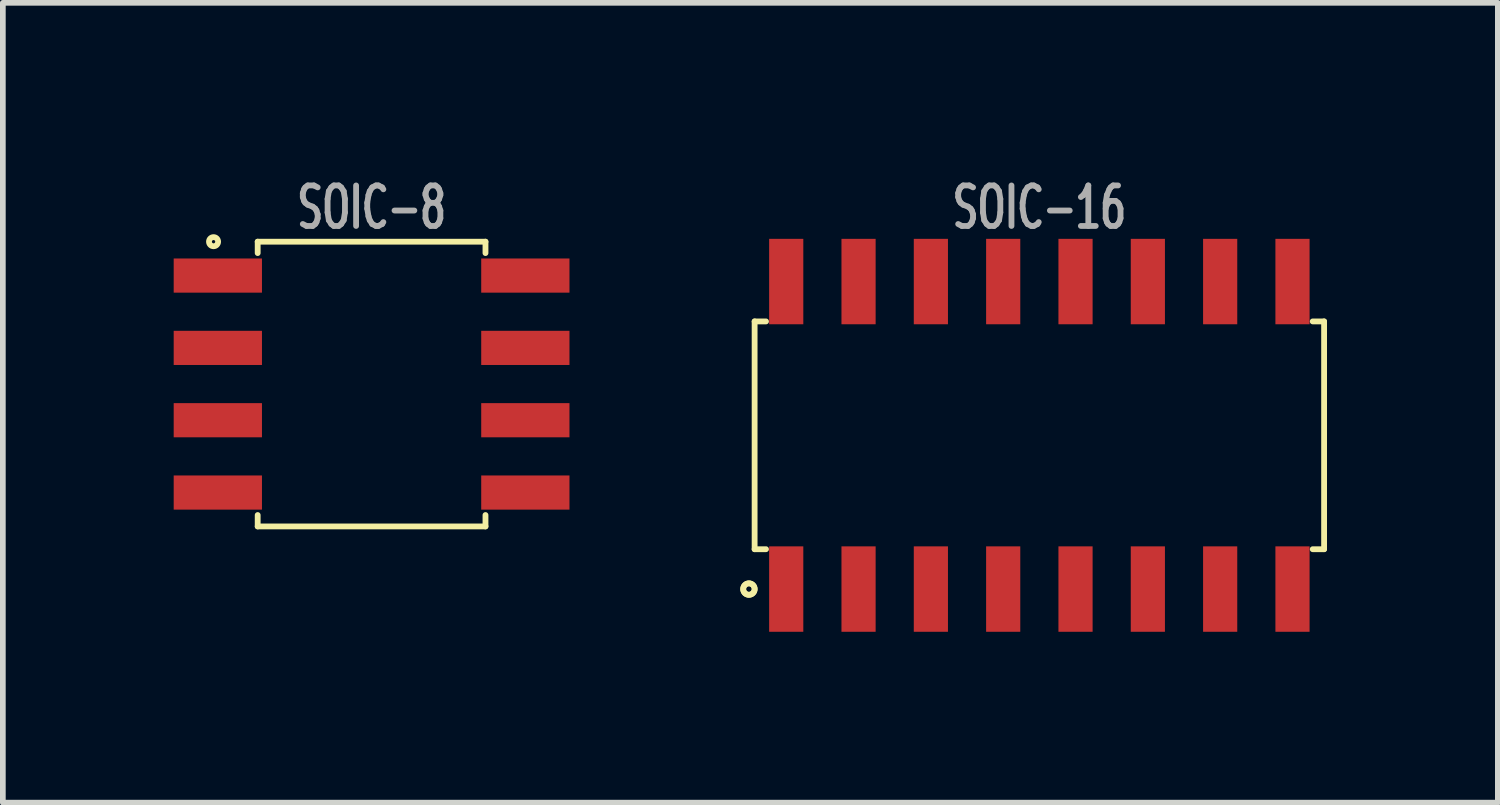
<source format=kicad_pcb>
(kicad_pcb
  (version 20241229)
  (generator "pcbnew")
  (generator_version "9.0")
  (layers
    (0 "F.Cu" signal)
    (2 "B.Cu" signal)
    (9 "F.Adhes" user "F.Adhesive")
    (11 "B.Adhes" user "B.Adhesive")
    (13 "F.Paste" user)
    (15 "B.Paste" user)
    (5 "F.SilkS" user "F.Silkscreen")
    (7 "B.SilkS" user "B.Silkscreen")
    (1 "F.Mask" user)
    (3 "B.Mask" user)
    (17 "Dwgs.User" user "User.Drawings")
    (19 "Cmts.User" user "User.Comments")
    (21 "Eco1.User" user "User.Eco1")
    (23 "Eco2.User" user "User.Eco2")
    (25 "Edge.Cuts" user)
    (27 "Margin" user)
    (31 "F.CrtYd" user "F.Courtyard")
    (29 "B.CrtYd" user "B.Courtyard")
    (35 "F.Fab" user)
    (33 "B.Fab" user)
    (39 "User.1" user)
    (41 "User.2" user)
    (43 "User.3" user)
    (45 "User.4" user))
  (footprint "SOIC-8"
    (layer "F.Cu")
    (at 3.475 3.694)
    (property "Reference" "SOIC-8" (at 0 -3.1 0) (layer "F.Fab") (effects (font (size 0.711 0.457) (thickness 0.102))))
    (attr through_hole)
    (fp_line (start -2 -2.5) (end -2 -2.3) (stroke (width 0.102) (type solid)) (layer "F.SilkS"))
    (fp_line (start -2 2.5) (end -2 2.3) (stroke (width 0.102) (type solid)) (layer "F.SilkS"))
    (fp_line (start -2 2.5) (end 2 2.5) (stroke (width 0.102) (type solid)) (layer "F.SilkS"))
    (fp_line (start 2 -2.5) (end -2 -2.5) (stroke (width 0.102) (type solid)) (layer "F.SilkS"))
    (fp_line (start 2 -2.5) (end 2 -2.3) (stroke (width 0.102) (type solid)) (layer "F.SilkS"))
    (fp_line (start 2 2.5) (end 2 2.3) (stroke (width 0.102) (type solid)) (layer "F.SilkS"))
    (fp_circle (center -2.775 -2.5) (end -2.8 -2.424) (stroke (width 0.102) (type solid)) (fill no) (layer "F.SilkS"))
    (pad "1" smd rect (at -2.7 -1.905 270) (size 0.6 1.55) (layers "F.Cu" "F.Mask" "F.Paste"))
    (pad "2" smd rect (at -2.7 -0.635 270) (size 0.6 1.55) (layers "F.Cu" "F.Mask" "F.Paste"))
    (pad "3" smd rect (at -2.7 0.635 270) (size 0.6 1.55) (layers "F.Cu" "F.Mask" "F.Paste"))
    (pad "4" smd rect (at -2.7 1.905 270) (size 0.6 1.55) (layers "F.Cu" "F.Mask" "F.Paste"))
    (pad "5" smd rect (at 2.7 1.905 270) (size 0.6 1.55) (layers "F.Cu" "F.Mask" "F.Paste"))
    (pad "6" smd rect (at 2.7 0.635 270) (size 0.6 1.55) (layers "F.Cu" "F.Mask" "F.Paste"))
    (pad "7" smd rect (at 2.7 -0.635 270) (size 0.6 1.55) (layers "F.Cu" "F.Mask" "F.Paste"))
    (pad "8" smd rect (at 2.7 -1.905 270) (size 0.6 1.55) (layers "F.Cu" "F.Mask" "F.Paste")))
  (footprint "SOIC-16"
    (layer "F.Cu")
    (at 15.201 4.594)
    (property "Reference" "SOIC-16" (at 0 -4 0) (layer "F.Fab") (effects (font (size 0.711 0.457) (thickness 0.102))))
    (attr through_hole)
    (fp_line (start -5 -2) (end -4.8 -2) (stroke (width 0.102) (type solid)) (layer "F.SilkS"))
    (fp_line (start -5 2) (end -5 -2) (stroke (width 0.102) (type solid)) (layer "F.SilkS"))
    (fp_line (start -5 2) (end -4.8 2) (stroke (width 0.102) (type solid)) (layer "F.SilkS"))
    (fp_line (start 5 -2) (end 4.8 -2) (stroke (width 0.102) (type solid)) (layer "F.SilkS"))
    (fp_line (start 5 -2) (end 5 2) (stroke (width 0.102) (type solid)) (layer "F.SilkS"))
    (fp_line (start 5 2) (end 4.8 2) (stroke (width 0.102) (type solid)) (layer "F.SilkS"))
    (fp_circle (center -5.1 2.7) (end -5.05 2.7) (stroke (width 0.102) (type solid)) (fill no) (layer "F.SilkS"))
    (fp_circle (center -5.1 2.7) (end -5 2.7) (stroke (width 0.102) (type solid)) (fill no) (layer "F.SilkS"))
    (pad "1" smd rect (at -4.445 2.7) (size 0.6 1.5) (layers "F.Cu" "F.Mask" "F.Paste"))
    (pad "2" smd rect (at -3.175 2.7) (size 0.6 1.5) (layers "F.Cu" "F.Mask" "F.Paste"))
    (pad "3" smd rect (at -1.905 2.7) (size 0.6 1.5) (layers "F.Cu" "F.Mask" "F.Paste"))
    (pad "4" smd rect (at -0.635 2.7) (size 0.6 1.5) (layers "F.Cu" "F.Mask" "F.Paste"))
    (pad "5" smd rect (at 0.635 2.7) (size 0.6 1.5) (layers "F.Cu" "F.Mask" "F.Paste"))
    (pad "6" smd rect (at 1.905 2.7) (size 0.6 1.5) (layers "F.Cu" "F.Mask" "F.Paste"))
    (pad "7" smd rect (at 3.175 2.7) (size 0.6 1.5) (layers "F.Cu" "F.Mask" "F.Paste"))
    (pad "8" smd rect (at 4.445 2.7) (size 0.6 1.5) (layers "F.Cu" "F.Mask" "F.Paste"))
    (pad "9" smd rect (at 4.445 -2.7) (size 0.6 1.5) (layers "F.Cu" "F.Mask" "F.Paste"))
    (pad "10" smd rect (at 3.175 -2.7) (size 0.6 1.5) (layers "F.Cu" "F.Mask" "F.Paste"))
    (pad "11" smd rect (at 1.905 -2.7) (size 0.6 1.5) (layers "F.Cu" "F.Mask" "F.Paste"))
    (pad "12" smd rect (at 0.635 -2.7) (size 0.6 1.5) (layers "F.Cu" "F.Mask" "F.Paste"))
    (pad "13" smd rect (at -0.635 -2.7) (size 0.6 1.5) (layers "F.Cu" "F.Mask" "F.Paste"))
    (pad "14" smd rect (at -1.905 -2.7) (size 0.6 1.5) (layers "F.Cu" "F.Mask" "F.Paste"))
    (pad "15" smd rect (at -3.175 -2.7) (size 0.6 1.5) (layers "F.Cu" "F.Mask" "F.Paste"))
    (pad "16" smd rect (at -4.445 -2.7) (size 0.6 1.5) (layers "F.Cu" "F.Mask" "F.Paste")))
  (gr_rect
    (start -3 -3)
    (end 23.252 11.044)
    (stroke (width 0.1) (type default))
    (fill no)
    (layer "Edge.Cuts")))
</source>
